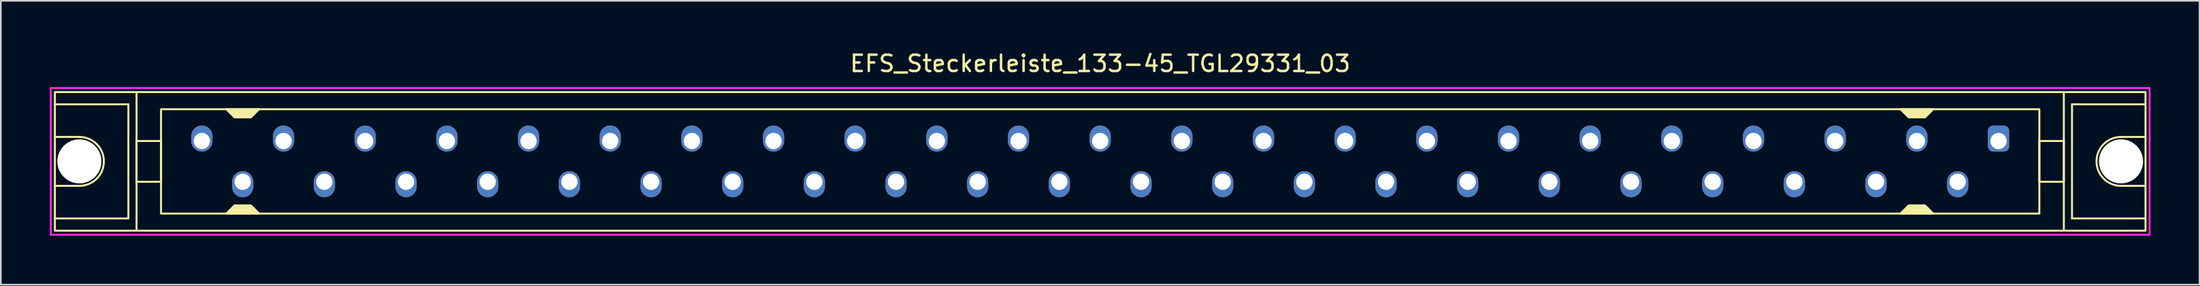
<source format=kicad_pcb>
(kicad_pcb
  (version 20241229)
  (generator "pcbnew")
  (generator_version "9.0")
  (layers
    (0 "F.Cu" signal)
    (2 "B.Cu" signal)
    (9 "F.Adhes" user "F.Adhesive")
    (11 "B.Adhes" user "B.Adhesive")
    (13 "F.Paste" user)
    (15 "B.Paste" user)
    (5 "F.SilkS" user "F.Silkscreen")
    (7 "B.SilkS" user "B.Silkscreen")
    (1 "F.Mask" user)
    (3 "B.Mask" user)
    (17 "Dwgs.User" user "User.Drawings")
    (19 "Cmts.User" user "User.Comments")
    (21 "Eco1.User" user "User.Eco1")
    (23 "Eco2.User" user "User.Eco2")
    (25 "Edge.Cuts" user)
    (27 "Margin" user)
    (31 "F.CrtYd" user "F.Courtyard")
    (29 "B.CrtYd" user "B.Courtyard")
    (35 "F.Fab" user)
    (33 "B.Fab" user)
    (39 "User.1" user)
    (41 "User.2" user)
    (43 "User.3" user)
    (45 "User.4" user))
  (footprint "EFS_Steckerleiste_133-45_TGL29331_03"
    (layer "F.Cu")
    (at 64.31 6.848)
    (property "Reference" "EFS_Steckerleiste_133-45_TGL29331_03" (at 0 -6 180) (layer "F.SilkS") (effects (font (size 1 1) (thickness 0.15))))
    (attr through_hole)
    (fp_line (start -64 -3.5) (end -59.5 -3.5) (stroke (width 0.12) (type solid)) (layer "F.SilkS"))
    (fp_line (start -62.5 -1.5) (end -64 -1.5) (stroke (width 0.12) (type solid)) (layer "F.SilkS"))
    (fp_line (start -62.5 1.5) (end -64 1.5) (stroke (width 0.12) (type solid)) (layer "F.SilkS"))
    (fp_line (start -59.5 -3.5) (end -59.5 3.5) (stroke (width 0.12) (type solid)) (layer "F.SilkS"))
    (fp_line (start -59.5 3.5) (end -64 3.5) (stroke (width 0.12) (type solid)) (layer "F.SilkS"))
    (fp_line (start -59 4.25) (end -59 -4.25) (stroke (width 0.12) (type solid)) (layer "F.SilkS"))
    (fp_line (start 59 4.25) (end 59 -4.25) (stroke (width 0.12) (type solid)) (layer "F.SilkS"))
    (fp_line (start 59.5 -3.5) (end 59.5 3.5) (stroke (width 0.12) (type solid)) (layer "F.SilkS"))
    (fp_line (start 59.5 3.5) (end 64 3.5) (stroke (width 0.12) (type solid)) (layer "F.SilkS"))
    (fp_line (start 62.5 -1.5) (end 64 -1.5) (stroke (width 0.12) (type solid)) (layer "F.SilkS"))
    (fp_line (start 62.5 1.5) (end 64 1.5) (stroke (width 0.12) (type solid)) (layer "F.SilkS"))
    (fp_line (start 64 -3.5) (end 59.5 -3.5) (stroke (width 0.12) (type solid)) (layer "F.SilkS"))
    (fp_rect (start -64 -4.25) (end 64 4.25) (stroke (width 0.12) (type solid)) (fill no) (layer "F.SilkS"))
    (fp_rect (start -57.5 -3.2) (end 57.5 3.2) (stroke (width 0.12) (type solid)) (fill no) (layer "F.SilkS"))
    (fp_rect (start -57.5 -1.25) (end -59 1.25) (stroke (width 0.12) (type solid)) (fill no) (layer "F.SilkS"))
    (fp_rect (start 59 -1.25) (end 57.5 1.25) (stroke (width 0.12) (type solid)) (fill no) (layer "F.SilkS"))
    (fp_arc (start -62.5 -1.5) (mid -61 0) (end -62.5 1.5) (stroke (width 0.12) (type solid)) (layer "F.SilkS"))
    (fp_arc (start 62.5 1.5) (mid 61 0) (end 62.5 -1.5) (stroke (width 0.12) (type solid)) (layer "F.SilkS"))
    (fp_poly (pts (xy -53 2.7) (xy -52 2.7) (xy -51.5 3.2) (xy -53.5 3.2)) (stroke (width 0.12) (type solid)) (fill yes) (layer "F.SilkS"))
    (fp_poly (pts (xy -52 -2.7) (xy -53 -2.7) (xy -53.5 -3.2) (xy -51.5 -3.2)) (stroke (width 0.12) (type solid)) (fill yes) (layer "F.SilkS"))
    (fp_poly (pts (xy 49.5 2.7) (xy 50.5 2.7) (xy 51 3.2) (xy 49 3.2)) (stroke (width 0.12) (type solid)) (fill yes) (layer "F.SilkS"))
    (fp_poly (pts (xy 50.5 -2.7) (xy 49.5 -2.7) (xy 49 -3.2) (xy 51 -3.2)) (stroke (width 0.12) (type solid)) (fill yes) (layer "F.SilkS"))
    (fp_rect (start -64.25 -4.5) (end 64.25 4.5) (stroke (width 0.12) (type solid)) (fill no) (layer "F.CrtYd"))
    (pad "" np_thru_hole circle (at -62.5 0) (size 2.7 2.7) (drill 2.7) (layers "*.Cu" "*.Mask"))
    (pad "" np_thru_hole circle (at 62.5 0) (size 2.7 2.7) (drill 2.7) (layers "*.Cu" "*.Mask"))
    (pad "1a" thru_hole roundrect (at 55 -1.25) (size 1.3 1.6) (drill 1 (offset 0 -0.15)) (layers "*.Cu" "*.Mask") (roundrect_rratio 0.25))
    (pad "2b" thru_hole oval (at 52.5 1.25) (size 1.3 1.6) (drill 1 (offset 0 0.15)) (layers "*.Cu" "*.Mask"))
    (pad "3a" thru_hole oval (at 50 -1.25) (size 1.3 1.6) (drill 1 (offset 0 -0.15)) (layers "*.Cu" "*.Mask"))
    (pad "4b" thru_hole oval (at 47.5 1.25) (size 1.3 1.6) (drill 1 (offset 0 0.15)) (layers "*.Cu" "*.Mask"))
    (pad "5a" thru_hole oval (at 45 -1.25) (size 1.3 1.6) (drill 1 (offset 0 -0.15)) (layers "*.Cu" "*.Mask"))
    (pad "6b" thru_hole oval (at 42.5 1.25) (size 1.3 1.6) (drill 1 (offset 0 0.15)) (layers "*.Cu" "*.Mask"))
    (pad "7a" thru_hole oval (at 40 -1.25) (size 1.3 1.6) (drill 1 (offset 0 -0.15)) (layers "*.Cu" "*.Mask"))
    (pad "8b" thru_hole oval (at 37.5 1.25) (size 1.3 1.6) (drill 1 (offset 0 0.15)) (layers "*.Cu" "*.Mask"))
    (pad "9a" thru_hole oval (at 35 -1.25) (size 1.3 1.6) (drill 1 (offset 0 -0.15)) (layers "*.Cu" "*.Mask"))
    (pad "10b" thru_hole oval (at 32.5 1.25) (size 1.3 1.6) (drill 1 (offset 0 0.15)) (layers "*.Cu" "*.Mask"))
    (pad "11a" thru_hole oval (at 30 -1.25) (size 1.3 1.6) (drill 1 (offset 0 -0.15)) (layers "*.Cu" "*.Mask"))
    (pad "12b" thru_hole oval (at 27.5 1.25) (size 1.3 1.6) (drill 1 (offset 0 0.15)) (layers "*.Cu" "*.Mask"))
    (pad "13a" thru_hole oval (at 25 -1.25) (size 1.3 1.6) (drill 1 (offset 0 -0.15)) (layers "*.Cu" "*.Mask"))
    (pad "14b" thru_hole oval (at 22.5 1.25) (size 1.3 1.6) (drill 1 (offset 0 0.15)) (layers "*.Cu" "*.Mask"))
    (pad "15a" thru_hole oval (at 20 -1.25) (size 1.3 1.6) (drill 1 (offset 0 -0.15)) (layers "*.Cu" "*.Mask"))
    (pad "16b" thru_hole oval (at 17.5 1.25) (size 1.3 1.6) (drill 1 (offset 0 0.15)) (layers "*.Cu" "*.Mask"))
    (pad "17a" thru_hole oval (at 15 -1.25) (size 1.3 1.6) (drill 1 (offset 0 -0.15)) (layers "*.Cu" "*.Mask"))
    (pad "18b" thru_hole oval (at 12.5 1.25) (size 1.3 1.6) (drill 1 (offset 0 0.15)) (layers "*.Cu" "*.Mask"))
    (pad "19a" thru_hole oval (at 10 -1.25) (size 1.3 1.6) (drill 1 (offset 0 -0.15)) (layers "*.Cu" "*.Mask"))
    (pad "20b" thru_hole oval (at 7.5 1.25) (size 1.3 1.6) (drill 1 (offset 0 0.15)) (layers "*.Cu" "*.Mask"))
    (pad "21a" thru_hole oval (at 5 -1.25) (size 1.3 1.6) (drill 1 (offset 0 -0.15)) (layers "*.Cu" "*.Mask"))
    (pad "22b" thru_hole oval (at 2.5 1.25) (size 1.3 1.6) (drill 1 (offset 0 0.15)) (layers "*.Cu" "*.Mask"))
    (pad "23a" thru_hole oval (at 0 -1.25) (size 1.3 1.6) (drill 1 (offset 0 -0.15)) (layers "*.Cu" "*.Mask"))
    (pad "24b" thru_hole oval (at -2.5 1.25) (size 1.3 1.6) (drill 1 (offset 0 0.15)) (layers "*.Cu" "*.Mask"))
    (pad "25a" thru_hole oval (at -5 -1.25) (size 1.3 1.6) (drill 1 (offset 0 -0.15)) (layers "*.Cu" "*.Mask"))
    (pad "26b" thru_hole oval (at -7.5 1.25) (size 1.3 1.6) (drill 1 (offset 0 0.15)) (layers "*.Cu" "*.Mask"))
    (pad "27a" thru_hole oval (at -10 -1.25) (size 1.3 1.6) (drill 1 (offset 0 -0.15)) (layers "*.Cu" "*.Mask"))
    (pad "28b" thru_hole oval (at -12.5 1.25) (size 1.3 1.6) (drill 1 (offset 0 0.15)) (layers "*.Cu" "*.Mask"))
    (pad "29a" thru_hole oval (at -15 -1.25) (size 1.3 1.6) (drill 1 (offset 0 -0.15)) (layers "*.Cu" "*.Mask"))
    (pad "30b" thru_hole oval (at -17.5 1.25) (size 1.3 1.6) (drill 1 (offset 0 0.15)) (layers "*.Cu" "*.Mask"))
    (pad "31a" thru_hole oval (at -20 -1.25) (size 1.3 1.6) (drill 1 (offset 0 -0.15)) (layers "*.Cu" "*.Mask"))
    (pad "32b" thru_hole oval (at -22.5 1.25) (size 1.3 1.6) (drill 1 (offset 0 0.15)) (layers "*.Cu" "*.Mask"))
    (pad "33a" thru_hole oval (at -25 -1.25) (size 1.3 1.6) (drill 1 (offset 0 -0.15)) (layers "*.Cu" "*.Mask"))
    (pad "34b" thru_hole oval (at -27.5 1.25) (size 1.3 1.6) (drill 1 (offset 0 0.15)) (layers "*.Cu" "*.Mask"))
    (pad "35a" thru_hole oval (at -30 -1.25) (size 1.3 1.6) (drill 1 (offset 0 -0.15)) (layers "*.Cu" "*.Mask"))
    (pad "36b" thru_hole oval (at -32.5 1.25) (size 1.3 1.6) (drill 1 (offset 0 0.15)) (layers "*.Cu" "*.Mask"))
    (pad "37a" thru_hole oval (at -35 -1.25) (size 1.3 1.6) (drill 1 (offset 0 -0.15)) (layers "*.Cu" "*.Mask"))
    (pad "38b" thru_hole oval (at -37.5 1.25) (size 1.3 1.6) (drill 1 (offset 0 0.15)) (layers "*.Cu" "*.Mask"))
    (pad "39a" thru_hole oval (at -40 -1.25) (size 1.3 1.6) (drill 1 (offset 0 -0.15)) (layers "*.Cu" "*.Mask"))
    (pad "40b" thru_hole oval (at -42.5 1.25) (size 1.3 1.6) (drill 1 (offset 0 0.15)) (layers "*.Cu" "*.Mask"))
    (pad "41a" thru_hole oval (at -45 -1.25) (size 1.3 1.6) (drill 1 (offset 0 -0.15)) (layers "*.Cu" "*.Mask"))
    (pad "42b" thru_hole oval (at -47.5 1.25) (size 1.3 1.6) (drill 1 (offset 0 0.15)) (layers "*.Cu" "*.Mask"))
    (pad "43a" thru_hole oval (at -50 -1.25) (size 1.3 1.6) (drill 1 (offset 0 -0.15)) (layers "*.Cu" "*.Mask"))
    (pad "44b" thru_hole oval (at -52.5 1.25) (size 1.3 1.6) (drill 1 (offset 0 0.15)) (layers "*.Cu" "*.Mask"))
    (pad "45a" thru_hole oval (at -55 -1.25) (size 1.3 1.6) (drill 1 (offset 0 -0.15)) (layers "*.Cu" "*.Mask")))
  (gr_rect
    (start -3 -3)
    (end 131.62 14.408)
    (stroke (width 0.1) (type default))
    (fill no)
    (layer "Edge.Cuts")))
</source>
